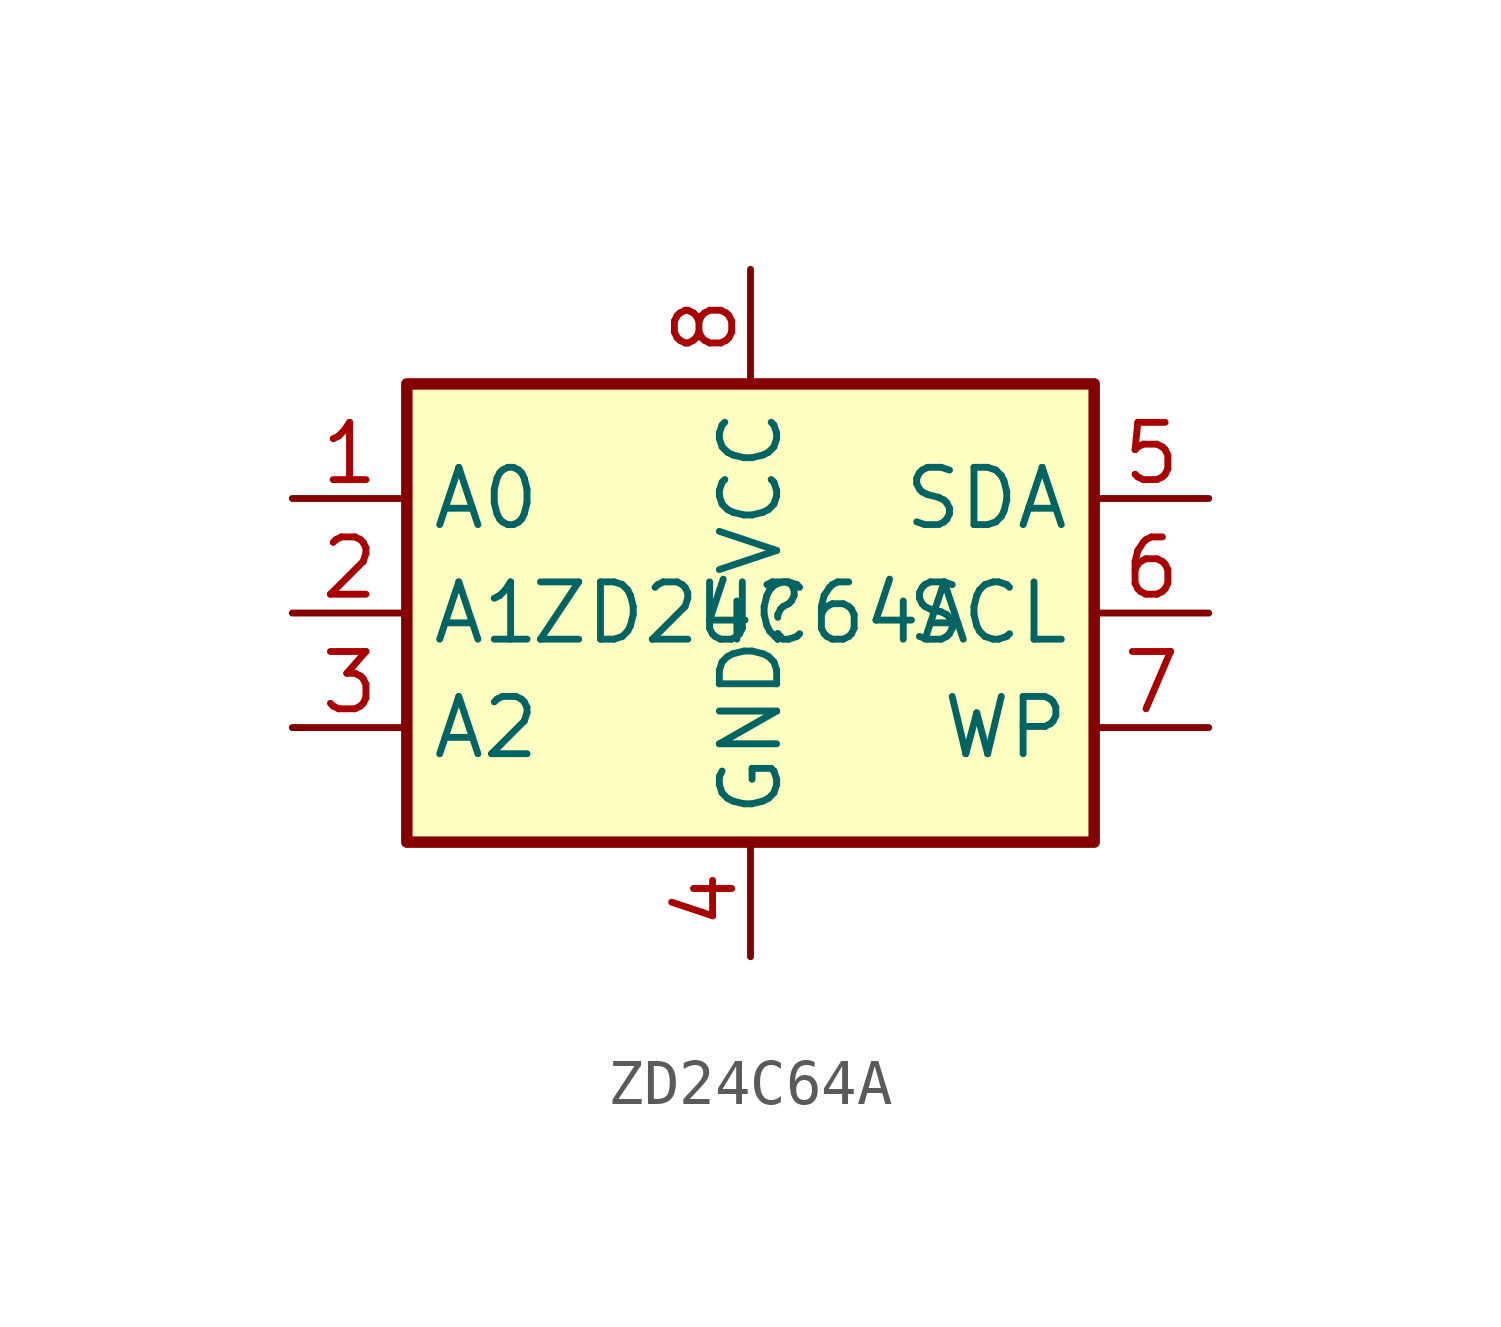
<source format=kicad_sym>
(kicad_symbol_lib
  (version 20231120)
  (generator "kicad_symbol_editor")
  (generator_version "8.0")
  (symbol "ZD24C64A"
    (property "Reference" "U"
      (at 0 0 0)
      (effects (font (size 1.27 1.27))))
    (property "Value" "ZD24C64A"
      (at 0 0 0)
      (effects (font (size 1.27 1.27))))
    (symbol "ZD24C64A_1_1"
      (rectangle (start -7.62 5.08) (end 7.62 -5.08) (stroke (width 0.254) (type default)) (fill (type background)))
      (pin input line (at -10.16 2.54 0) (length 2.54) (name "A0" (effects (font (size 1.27 1.27)))) (number "1" (effects (font (size 1.27 1.27)))))
      (pin input line (at -10.16 0 0) (length 2.54) (name "A1" (effects (font (size 1.27 1.27)))) (number "2" (effects (font (size 1.27 1.27)))))
      (pin input line (at -10.16 -2.54 0) (length 2.54) (name "A2" (effects (font (size 1.27 1.27)))) (number "3" (effects (font (size 1.27 1.27)))))
      (pin power_in line (at 0 -7.62 90) (length 2.54) (name "GND" (effects (font (size 1.27 1.27)))) (number "4" (effects (font (size 1.27 1.27)))))
      (pin bidirectional line (at 10.16 2.54 180) (length 2.54) (name "SDA" (effects (font (size 1.27 1.27)))) (number "5" (effects (font (size 1.27 1.27)))))
      (pin input line (at 10.16 0 180) (length 2.54) (name "SCL" (effects (font (size 1.27 1.27)))) (number "6" (effects (font (size 1.27 1.27)))))
      (pin input line (at 10.16 -2.54 180) (length 2.54) (name "WP" (effects (font (size 1.27 1.27)))) (number "7" (effects (font (size 1.27 1.27)))))
      (pin power_in line (at 0 7.62 270) (length 2.54) (name "VCC" (effects (font (size 1.27 1.27)))) (number "8" (effects (font (size 1.27 1.27))))))))
</source>
